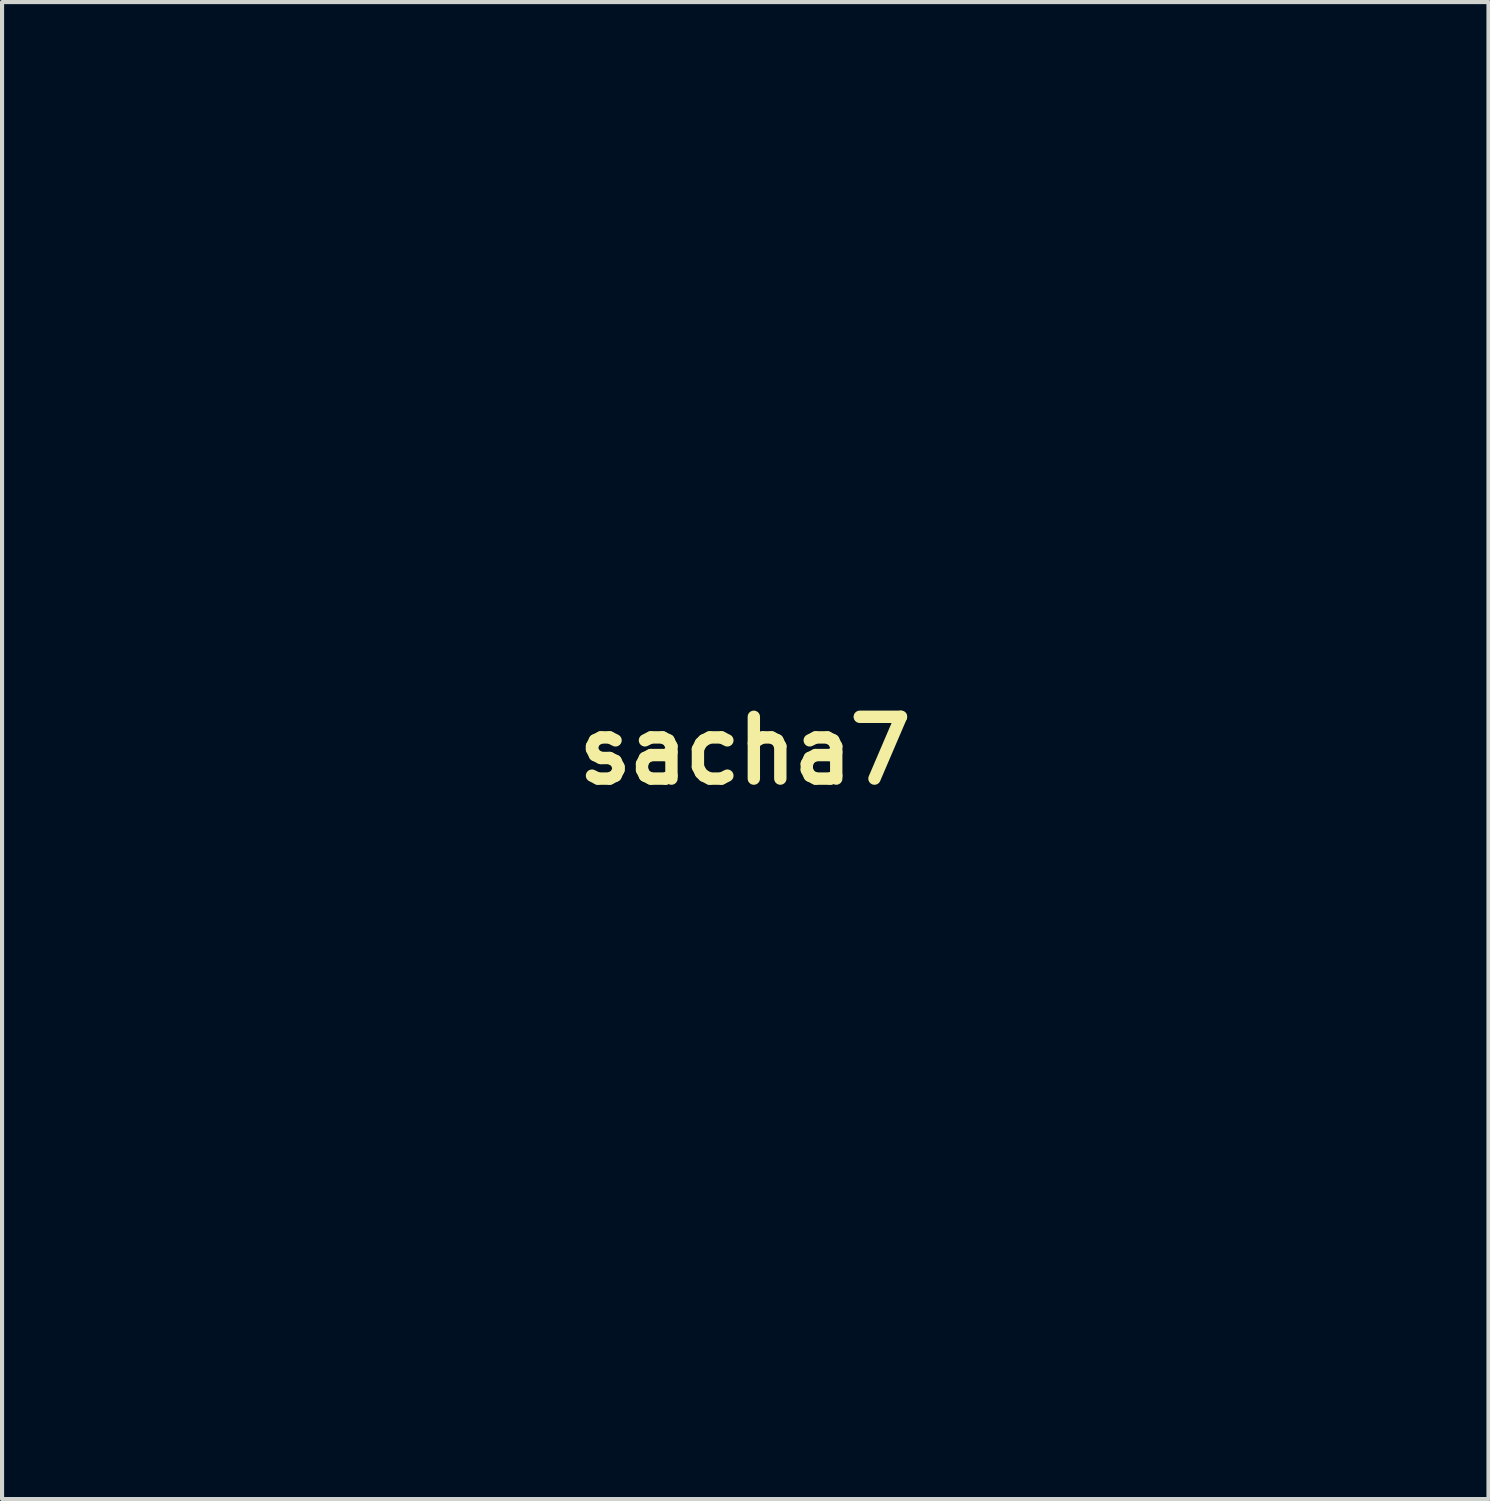
<source format=kicad_pcb>
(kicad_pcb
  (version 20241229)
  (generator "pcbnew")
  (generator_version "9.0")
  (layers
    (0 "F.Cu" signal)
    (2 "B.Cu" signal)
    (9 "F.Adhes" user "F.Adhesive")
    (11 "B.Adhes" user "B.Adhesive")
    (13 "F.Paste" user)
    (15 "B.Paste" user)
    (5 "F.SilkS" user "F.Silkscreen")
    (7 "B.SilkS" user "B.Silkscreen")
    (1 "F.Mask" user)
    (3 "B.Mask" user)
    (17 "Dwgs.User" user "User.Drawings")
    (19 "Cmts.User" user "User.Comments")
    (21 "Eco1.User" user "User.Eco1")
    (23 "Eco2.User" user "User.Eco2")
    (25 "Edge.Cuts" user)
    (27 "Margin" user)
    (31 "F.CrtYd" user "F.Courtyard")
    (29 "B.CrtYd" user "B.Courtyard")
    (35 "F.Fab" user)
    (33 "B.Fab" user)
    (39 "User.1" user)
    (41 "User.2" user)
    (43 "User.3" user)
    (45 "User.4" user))
  (footprint "sacha7"
    (layer "F.Cu")
    (at 15.035 15.172)
    (property "Reference" "sacha7" (at 0 0 0) (layer "F.SilkS") (effects (font (size 1.5 1.5) (thickness 0.3))))
    (attr board_only exclude_from_pos_files exclude_from_bom)
    (fp_poly (pts (xy -14.566 -5.718) (xy -14.626 -5.658) (xy -14.686 -5.718) (xy -14.626 -5.778)) (stroke (width 0) (type solid)) (fill yes) (layer "F.Mask"))
    (fp_poly (pts (xy -13.242 -5.477) (xy -13.302 -5.417) (xy -13.362 -5.477) (xy -13.302 -5.537)) (stroke (width 0) (type solid)) (fill yes) (layer "F.Mask"))
    (fp_poly (pts (xy -13.121 -2.709) (xy -13.182 -2.648) (xy -13.242 -2.709) (xy -13.182 -2.769)) (stroke (width 0) (type solid)) (fill yes) (layer "F.Mask"))
    (fp_poly (pts (xy -9.149 5.357) (xy -9.209 5.417) (xy -9.269 5.357) (xy -9.209 5.297)) (stroke (width 0) (type solid)) (fill yes) (layer "F.Mask"))
    (fp_poly (pts (xy -4.334 4.033) (xy -4.394 4.093) (xy -4.454 4.033) (xy -4.394 3.973)) (stroke (width 0) (type solid)) (fill yes) (layer "F.Mask"))
    (fp_poly (pts (xy -1.926 0.301) (xy -1.986 0.361) (xy -2.046 0.301) (xy -1.986 0.241)) (stroke (width 0) (type solid)) (fill yes) (layer "F.Mask"))
    (fp_poly (pts (xy -1.565 1.384) (xy -1.625 1.445) (xy -1.685 1.384) (xy -1.625 1.324)) (stroke (width 0) (type solid)) (fill yes) (layer "F.Mask"))
    (fp_poly (pts (xy -0.602 2.107) (xy -0.662 2.167) (xy -0.722 2.107) (xy -0.662 2.046)) (stroke (width 0) (type solid)) (fill yes) (layer "F.Mask"))
    (fp_poly (pts (xy 0.241 1.505) (xy 0.181 1.565) (xy 0.12 1.505) (xy 0.181 1.445)) (stroke (width 0) (type solid)) (fill yes) (layer "F.Mask"))
    (fp_poly (pts (xy 3.371 1.745) (xy 3.31 1.806) (xy 3.25 1.745) (xy 3.31 1.685)) (stroke (width 0) (type solid)) (fill yes) (layer "F.Mask"))
    (fp_poly (pts (xy 3.973 3.431) (xy 3.912 3.491) (xy 3.852 3.431) (xy 3.912 3.371)) (stroke (width 0) (type solid)) (fill yes) (layer "F.Mask"))
    (fp_poly (pts (xy 4.334 3.431) (xy 4.273 3.491) (xy 4.213 3.431) (xy 4.273 3.371)) (stroke (width 0) (type solid)) (fill yes) (layer "F.Mask"))
    (fp_poly (pts (xy 6.741 3.19) (xy 6.681 3.25) (xy 6.621 3.19) (xy 6.681 3.13)) (stroke (width 0) (type solid)) (fill yes) (layer "F.Mask"))
    (fp_poly (pts (xy 8.547 2.227) (xy 8.487 2.287) (xy 8.427 2.227) (xy 8.487 2.167)) (stroke (width 0) (type solid)) (fill yes) (layer "F.Mask"))
    (fp_poly (pts (xy 8.667 1.144) (xy 8.607 1.204) (xy 8.547 1.144) (xy 8.607 1.083)) (stroke (width 0) (type solid)) (fill yes) (layer "F.Mask"))
    (fp_poly (pts (xy 9.149 1.264) (xy 9.089 1.324) (xy 9.028 1.264) (xy 9.089 1.204)) (stroke (width 0) (type solid)) (fill yes) (layer "F.Mask"))
    (fp_poly (pts (xy 11.316 0.301) (xy 11.255 0.361) (xy 11.195 0.301) (xy 11.255 0.241)) (stroke (width 0) (type solid)) (fill yes) (layer "F.Mask"))
    (fp_poly (pts (xy -14.606 -8.025) (xy -14.592 -7.882) (xy -14.606 -7.865) (xy -14.678 -7.881) (xy -14.686 -7.945) (xy -14.642 -8.044)) (stroke (width 0) (type solid)) (fill yes) (layer "F.Mask"))
    (fp_poly (pts (xy -11.235 -13.322) (xy -11.221 -13.179) (xy -11.235 -13.161) (xy -11.307 -13.178) (xy -11.316 -13.242) (xy -11.272 -13.341)) (stroke (width 0) (type solid)) (fill yes) (layer "F.Mask"))
    (fp_poly (pts (xy -11.115 2.327) (xy -11.101 2.47) (xy -11.115 2.488) (xy -11.187 2.471) (xy -11.195 2.408) (xy -11.151 2.308)) (stroke (width 0) (type solid)) (fill yes) (layer "F.Mask"))
    (fp_poly (pts (xy -10.754 -13.803) (xy -10.739 -13.661) (xy -10.754 -13.643) (xy -10.825 -13.659) (xy -10.834 -13.723) (xy -10.79 -13.822)) (stroke (width 0) (type solid)) (fill yes) (layer "F.Mask"))
    (fp_poly (pts (xy -10.754 3.652) (xy -10.739 3.794) (xy -10.754 3.812) (xy -10.825 3.795) (xy -10.834 3.732) (xy -10.79 3.633)) (stroke (width 0) (type solid)) (fill yes) (layer "F.Mask"))
    (fp_poly (pts (xy -10.511 -13.987) (xy -10.497 -13.798) (xy -10.521 -13.756) (xy -10.575 -13.792) (xy -10.584 -13.914) (xy -10.554 -14.042)) (stroke (width 0) (type solid)) (fill yes) (layer "F.Mask"))
    (fp_poly (pts (xy -10.27 -14.107) (xy -10.256 -13.919) (xy -10.28 -13.876) (xy -10.335 -13.912) (xy -10.343 -14.034) (xy -10.314 -14.163)) (stroke (width 0) (type solid)) (fill yes) (layer "F.Mask"))
    (fp_poly (pts (xy -1.966 1.003) (xy -1.983 1.075) (xy -2.046 1.083) (xy -2.146 1.039) (xy -2.127 1.003) (xy -1.984 0.989)) (stroke (width 0) (type solid)) (fill yes) (layer "F.Mask"))
    (fp_poly (pts (xy -0.52 1.663) (xy -0.505 1.851) (xy -0.529 1.893) (xy -0.584 1.858) (xy -0.592 1.735) (xy -0.563 1.607)) (stroke (width 0) (type solid)) (fill yes) (layer "F.Mask"))
    (fp_poly (pts (xy 1.284 -4.173) (xy 1.298 -4.03) (xy 1.284 -4.013) (xy 1.212 -4.029) (xy 1.204 -4.093) (xy 1.248 -4.192)) (stroke (width 0) (type solid)) (fill yes) (layer "F.Mask"))
    (fp_poly (pts (xy 1.284 6.541) (xy 1.268 6.612) (xy 1.204 6.621) (xy 1.105 6.577) (xy 1.124 6.541) (xy 1.266 6.526)) (stroke (width 0) (type solid)) (fill yes) (layer "F.Mask"))
    (fp_poly (pts (xy 6.34 -4.775) (xy 6.323 -4.703) (xy 6.26 -4.695) (xy 6.161 -4.739) (xy 6.179 -4.775) (xy 6.322 -4.789)) (stroke (width 0) (type solid)) (fill yes) (layer "F.Mask"))
    (fp_poly (pts (xy 9.901 -4.413) (xy 9.916 -4.369) (xy 9.751 -4.353) (xy 9.58 -4.372) (xy 9.6 -4.413) (xy 9.847 -4.429)) (stroke (width 0) (type solid)) (fill yes) (layer "F.Mask"))
    (fp_poly (pts (xy 10.072 -3.692) (xy 10.055 -3.62) (xy 9.991 -3.611) (xy 9.892 -3.655) (xy 9.911 -3.692) (xy 10.054 -3.706)) (stroke (width 0) (type solid)) (fill yes) (layer "F.Mask"))
    (fp_poly (pts (xy -14.02 -6.95) (xy -13.895 -6.834) (xy -13.757 -6.653) (xy -13.751 -6.553) (xy -13.851 -6.59) (xy -13.968 -6.761) (xy -14.06 -6.952)) (stroke (width 0) (type solid)) (fill yes) (layer "F.Mask"))
    (fp_poly (pts (xy -12.677 -10.891) (xy -12.745 -10.802) (xy -12.846 -10.726) (xy -12.821 -10.847) (xy -12.813 -10.869) (xy -12.717 -11.017) (xy -12.663 -11.018)) (stroke (width 0) (type solid)) (fill yes) (layer "F.Mask"))
    (fp_poly (pts (xy -4.149 0.875) (xy -4.024 0.99) (xy -3.885 1.172) (xy -3.88 1.271) (xy -3.98 1.235) (xy -4.097 1.064) (xy -4.189 0.872)) (stroke (width 0) (type solid)) (fill yes) (layer "F.Mask"))
    (fp_poly (pts (xy 6.361 3.179) (xy 6.491 3.3) (xy 6.464 3.369) (xy 6.447 3.371) (xy 6.346 3.285) (xy 6.308 3.232) (xy 6.294 3.149)) (stroke (width 0) (type solid)) (fill yes) (layer "F.Mask"))
    (fp_poly (pts (xy -14.808 -7.25) (xy -14.807 -7.223) (xy -14.899 -7.107) (xy -14.934 -7.102) (xy -15.006 -7.176) (xy -14.987 -7.223) (xy -14.879 -7.338) (xy -14.86 -7.343)) (stroke (width 0) (type solid)) (fill yes) (layer "F.Mask"))
    (fp_poly (pts (xy -14.262 -6.222) (xy -14.175 -6.155) (xy -14.008 -6.006) (xy -13.964 -5.944) (xy -14.023 -5.908) (xy -14.183 -6.063) (xy -14.22 -6.109) (xy -14.324 -6.252)) (stroke (width 0) (type solid)) (fill yes) (layer "F.Mask"))
    (fp_poly (pts (xy -13.487 -8.821) (xy -13.482 -8.788) (xy -13.524 -8.67) (xy -13.536 -8.667) (xy -13.638 -8.752) (xy -13.663 -8.788) (xy -13.653 -8.899) (xy -13.61 -8.908)) (stroke (width 0) (type solid)) (fill yes) (layer "F.Mask"))
    (fp_poly (pts (xy -13.004 -10.007) (xy -13.056 -9.879) (xy -13.234 -9.765) (xy -13.332 -9.751) (xy -13.448 -9.773) (xy -13.37 -9.865) (xy -13.295 -9.921) (xy -13.08 -10.042)) (stroke (width 0) (type solid)) (fill yes) (layer "F.Mask"))
    (fp_poly (pts (xy -11.726 -11.957) (xy -11.613 -11.843) (xy -11.624 -11.785) (xy -11.77 -11.692) (xy -11.951 -11.689) (xy -12.038 -11.777) (xy -11.95 -11.955) (xy -11.731 -11.959)) (stroke (width 0) (type solid)) (fill yes) (layer "F.Mask"))
    (fp_poly (pts (xy -11.453 -12.552) (xy -11.436 -12.466) (xy -11.499 -12.302) (xy -11.556 -12.279) (xy -11.673 -12.365) (xy -11.677 -12.392) (xy -11.589 -12.555) (xy -11.556 -12.58)) (stroke (width 0) (type solid)) (fill yes) (layer "F.Mask"))
    (fp_poly (pts (xy -10.715 5.992) (xy -10.714 6.019) (xy -10.806 6.135) (xy -10.841 6.139) (xy -10.913 6.066) (xy -10.894 6.019) (xy -10.786 5.904) (xy -10.767 5.899)) (stroke (width 0) (type solid)) (fill yes) (layer "F.Mask"))
    (fp_poly (pts (xy -10.283 4.27) (xy -10.292 4.334) (xy -10.395 4.448) (xy -10.413 4.454) (xy -10.509 4.37) (xy -10.533 4.334) (xy -10.505 4.232) (xy -10.413 4.213)) (stroke (width 0) (type solid)) (fill yes) (layer "F.Mask"))
    (fp_poly (pts (xy -9.817 4.895) (xy -9.751 4.936) (xy -9.656 5.023) (xy -9.776 5.053) (xy -9.841 5.054) (xy -10.052 5.01) (xy -10.112 4.936) (xy -10.036 4.824)) (stroke (width 0) (type solid)) (fill yes) (layer "F.Mask"))
    (fp_poly (pts (xy -0.038 2.726) (xy -0.06 2.769) (xy -0.174 2.884) (xy -0.195 2.889) (xy -0.203 2.811) (xy -0.181 2.769) (xy -0.067 2.654) (xy -0.046 2.648)) (stroke (width 0) (type solid)) (fill yes) (layer "F.Mask"))
    (fp_poly (pts (xy 4.785 4.01) (xy 4.823 4.045) (xy 4.656 4.064) (xy 4.574 4.065) (xy 4.355 4.052) (xy 4.33 4.021) (xy 4.364 4.01) (xy 4.669 3.991)) (stroke (width 0) (type solid)) (fill yes) (layer "F.Mask"))
    (fp_poly (pts (xy -3.579 -5.995) (xy -3.526 -5.763) (xy -3.515 -5.492) (xy -3.555 -5.446) (xy -3.672 -5.607) (xy -3.703 -5.656) (xy -3.829 -5.882) (xy -3.819 -5.99) (xy -3.702 -6.051)) (stroke (width 0) (type solid)) (fill yes) (layer "F.Mask"))
    (fp_poly (pts (xy 10.733 -4.341) (xy 10.882 -4.27) (xy 10.841 -4.236) (xy 10.588 -4.225) (xy 10.533 -4.225) (xy 10.247 -4.235) (xy 10.178 -4.278) (xy 10.252 -4.337) (xy 10.56 -4.388)) (stroke (width 0) (type solid)) (fill yes) (layer "F.Mask"))
    (fp_poly (pts (xy -0.181 0.754) (xy -0.188 0.782) (xy -0.285 1.079) (xy -0.392 1.264) (xy -0.461 1.269) (xy -0.435 1.052) (xy -0.428 1.023) (xy -0.331 0.726) (xy -0.224 0.542) (xy -0.155 0.537)) (stroke (width 0) (type solid)) (fill yes) (layer "F.Mask"))
    (fp_poly (pts (xy -13.432 -9.526) (xy -13.463 -9.379) (xy -13.613 -9.2) (xy -13.795 -8.916) (xy -13.788 -8.703) (xy -13.758 -8.473) (xy -13.818 -8.452) (xy -13.942 -8.636) (xy -13.984 -8.723) (xy -14.053 -8.997) (xy -13.957 -9.262) (xy -13.918 -9.324) (xy -13.693 -9.582) (xy -13.51 -9.608)) (stroke (width 0) (type solid)) (fill yes) (layer "F.Mask"))
    (fp_poly (pts (xy 8.246 -4.258) (xy 8.547 -4.222) (xy 8.848 -4.203) (xy 9.088 -4.189) (xy 9.101 -4.16) (xy 8.908 -4.093) (xy 8.603 -4.018) (xy 8.332 -3.986) (xy 8.157 -3.998) (xy 8.138 -4.056) (xy 8.173 -4.083) (xy 8.281 -4.18) (xy 8.173 -4.244) (xy 8.131 -4.271)) (stroke (width 0) (type solid)) (fill yes) (layer "F.Mask"))
    (fp_poly (pts (xy -6.26 2.364) (xy -6.19 2.423) (xy -6.03 2.51) (xy -5.884 2.528) (xy -5.722 2.575) (xy -5.718 2.648) (xy -5.874 2.687) (xy -6.146 2.585) (xy -6.408 2.478) (xy -6.516 2.526) (xy -6.519 2.667) (xy -6.604 2.772) (xy -6.691 2.816) (xy -6.812 2.822) (xy -6.801 2.767) (xy -6.831 2.668) (xy -6.929 2.648) (xy -7.062 2.612) (xy -6.994 2.483) (xy -6.787 2.362) (xy -6.502 2.319)) (stroke (width 0) (type solid)) (fill yes) (layer "F.Mask"))
    (fp_poly (pts (xy -3.144 -5.34) (xy -3.13 -5.284) (xy -3.085 -5.194) (xy -3.054 -5.212) (xy -2.937 -5.182) (xy -2.756 -5.006) (xy -2.737 -4.983) (xy -2.585 -4.732) (xy -2.611 -4.566) (xy -2.633 -4.542) (xy -2.747 -4.469) (xy -2.769 -4.547) (xy -2.854 -4.642) (xy -2.919 -4.632) (xy -3.141 -4.644) (xy -3.25 -4.696) (xy -3.37 -4.81) (xy -3.275 -4.919) (xy -3.25 -4.936) (xy -3.135 -5.054) (xy -3.233 -5.161) (xy -3.325 -5.282) (xy -3.263 -5.349)) (stroke (width 0) (type solid)) (fill yes) (layer "F.Mask"))
    (fp_poly (pts (xy -6.922 -14.982) (xy -7.379 -14.855) (xy -7.699 -14.802) (xy -7.967 -14.812) (xy -8.126 -14.841) (xy -8.348 -14.845) (xy -8.427 -14.802) (xy -8.58 -14.717) (xy -8.788 -14.669) (xy -9.044 -14.601) (xy -9.16 -14.53) (xy -9.325 -14.444) (xy -9.491 -14.414) (xy -9.697 -14.358) (xy -9.751 -14.292) (xy -9.825 -14.242) (xy -9.861 -14.259) (xy -9.995 -14.233) (xy -10.032 -14.175) (xy -10.086 -14.121) (xy -10.102 -14.219) (xy -9.994 -14.39) (xy -9.661 -14.604) (xy -9.359 -14.749) (xy -8.919 -14.924) (xy -8.497 -15.034) (xy -8.003 -15.095) (xy -7.464 -15.123) (xy -6.32 -15.162)) (stroke (width 0) (type solid)) (fill yes) (layer "F.Mask"))
    (fp_poly (pts (xy -10.535 0.07) (xy -10.327 0.148) (xy -10.323 0.259) (xy -10.379 0.337) (xy -10.467 0.471) (xy -10.367 0.463) (xy -10.308 0.442) (xy -10.145 0.417) (xy -10.136 0.56) (xy -10.146 0.6) (xy -10.157 0.76) (xy -10.036 0.829) (xy -9.76 0.843) (xy -9.447 0.861) (xy -9.251 0.906) (xy -9.235 0.917) (xy -9.249 1.041) (xy -9.375 1.208) (xy -9.532 1.317) (xy -9.57 1.324) (xy -9.708 1.399) (xy -9.828 1.505) (xy -10.042 1.646) (xy -10.247 1.681) (xy -10.351 1.598) (xy -10.353 1.579) (xy -10.453 1.467) (xy -10.593 1.41) (xy -10.789 1.278) (xy -10.794 1.264) (xy -10.593 1.264) (xy -10.533 1.324) (xy -10.473 1.264) (xy -10.533 1.204) (xy -10.593 1.264) (xy -10.794 1.264) (xy -10.834 1.155) (xy -10.896 0.988) (xy -10.955 0.963) (xy -11.035 0.861) (xy -11.07 0.621) (xy -11.061 0.342) (xy -11.006 0.122) (xy -10.96 0.064) (xy -10.766 0.037)) (stroke (width 0) (type solid)) (fill yes) (layer "F.Mask"))
    (fp_poly (pts (xy -3.349 -15.166) (xy -2.621 -15.152) (xy -1.887 -15.129) (xy -1.188 -15.099) (xy -0.561 -15.062) (xy -0.046 -15.02) (xy 0.317 -14.974) (xy 0.482 -14.931) (xy 0.817 -14.787) (xy 1.202 -14.673) (xy 1.204 -14.672) (xy 1.648 -14.566) (xy 2.259 -14.406) (xy 2.975 -14.209) (xy 3.645 -14.017) (xy 4.105 -13.84) (xy 4.585 -13.591) (xy 4.75 -13.486) (xy 5.057 -13.282) (xy 5.276 -13.15) (xy 5.342 -13.121) (xy 5.442 -13.04) (xy 5.685 -12.816) (xy 6.041 -12.474) (xy 6.482 -12.042) (xy 6.945 -11.583) (xy 7.511 -11.031) (xy 8.088 -10.488) (xy 8.628 -10) (xy 9.081 -9.61) (xy 9.315 -9.424) (xy 10.139 -8.7) (xy 10.756 -7.906) (xy 11.198 -7.001) (xy 11.216 -6.953) (xy 11.527 -6.32) (xy 12.022 -5.654) (xy 12.209 -5.443) (xy 12.583 -5.018) (xy 12.931 -4.6) (xy 13.191 -4.261) (xy 13.244 -4.184) (xy 13.443 -3.912) (xy 13.596 -3.751) (xy 13.634 -3.733) (xy 13.744 -3.639) (xy 13.937 -3.398) (xy 14.146 -3.1) (xy 14.416 -2.704) (xy 14.673 -2.344) (xy 14.816 -2.155) (xy 14.949 -1.92) (xy 15.022 -1.663) (xy 15.032 -1.445) (xy 14.978 -1.326) (xy 14.859 -1.369) (xy 14.837 -1.392) (xy 14.708 -1.586) (xy 14.686 -1.665) (xy 14.603 -1.825) (xy 14.493 -1.937) (xy 14.401 -2.023) (xy 14.28 -2.164) (xy 14.108 -2.384) (xy 13.866 -2.712) (xy 13.534 -3.174) (xy 13.092 -3.796) (xy 12.9 -4.067) (xy 12.623 -4.425) (xy 12.246 -4.87) (xy 11.838 -5.319) (xy 11.734 -5.428) (xy 11.371 -5.834) (xy 11.083 -6.212) (xy 10.914 -6.504) (xy 10.891 -6.572) (xy 10.606 -7.342) (xy 10.101 -8.103) (xy 9.397 -8.829) (xy 8.682 -9.382) (xy 8.319 -9.655) (xy 7.922 -9.993) (xy 7.534 -10.355) (xy 7.198 -10.698) (xy 6.96 -10.977) (xy 6.862 -11.152) (xy 6.862 -11.159) (xy 6.766 -11.275) (xy 6.526 -11.439) (xy 6.44 -11.488) (xy 6.173 -11.652) (xy 6.028 -11.783) (xy 6.019 -11.807) (xy 5.935 -11.958) (xy 5.723 -12.197) (xy 5.447 -12.467) (xy 5.17 -12.707) (xy 4.954 -12.857) (xy 4.885 -12.881) (xy 4.676 -12.965) (xy 4.583 -13.051) (xy 4.329 -13.251) (xy 3.935 -13.456) (xy 3.497 -13.625) (xy 3.112 -13.717) (xy 3.018 -13.723) (xy 2.739 -13.76) (xy 2.588 -13.844) (xy 2.428 -13.926) (xy 2.137 -13.964) (xy 2.11 -13.964) (xy 1.825 -13.997) (xy 1.669 -14.077) (xy 1.664 -14.087) (xy 1.532 -14.174) (xy 1.236 -14.263) (xy 0.997 -14.309) (xy 0.61 -14.389) (xy 0.311 -14.484) (xy 0.215 -14.536) (xy 0.032 -14.602) (xy -0.328 -14.669) (xy -0.803 -14.729) (xy -1.053 -14.751) (xy -1.537 -14.798) (xy -1.915 -14.852) (xy -2.134 -14.904) (xy -2.167 -14.929) (xy -2.278 -14.963) (xy -2.579 -14.983) (xy -3.017 -14.985) (xy -3.341 -14.977) (xy -3.943 -14.955) (xy -4.356 -14.94) (xy -4.63 -14.933) (xy -4.816 -14.932) (xy -4.964 -14.936) (xy -5.125 -14.944) (xy -5.176 -14.947) (xy -5.43 -14.994) (xy -5.537 -15.08) (xy -5.537 -15.081) (xy -5.424 -15.123) (xy -5.109 -15.151) (xy -4.632 -15.167) (xy -4.032 -15.172)) (stroke (width 0) (type solid)) (fill yes) (layer "F.Mask"))
    (fp_poly (pts (xy -14.217 -6.659) (xy -13.903 -6.481) (xy -13.757 -6.169) (xy -13.698 -5.905) (xy -13.69 -5.868) (xy -13.598 -5.634) (xy -13.548 -5.545) (xy -13.517 -5.371) (xy -13.587 -5.322) (xy -13.624 -5.203) (xy -13.475 -4.93) (xy -13.405 -4.833) (xy -13.231 -4.591) (xy -13.205 -4.52) (xy -13.32 -4.606) (xy -13.34 -4.623) (xy -13.545 -4.758) (xy -13.625 -4.691) (xy -13.612 -4.53) (xy -13.685 -4.476) (xy -13.789 -4.5) (xy -13.933 -4.512) (xy -13.933 -4.417) (xy -13.816 -4.276) (xy -13.633 -4.158) (xy -13.451 -4.023) (xy -13.329 -3.846) (xy -13.294 -3.697) (xy -13.374 -3.643) (xy -13.431 -3.658) (xy -13.579 -3.65) (xy -13.585 -3.531) (xy -13.49 -3.436) (xy -13.396 -3.269) (xy -13.385 -3.158) (xy -13.357 -2.693) (xy -13.257 -2.114) (xy -13.109 -1.525) (xy -12.979 -1.144) (xy -12.691 -0.457) (xy -12.387 0.208) (xy -12.094 0.792) (xy -11.842 1.238) (xy -11.743 1.384) (xy -11.498 1.73) (xy -11.381 1.934) (xy -11.371 2.045) (xy -11.424 2.099) (xy -11.566 2.063) (xy -11.763 1.881) (xy -11.788 1.851) (xy -11.959 1.605) (xy -12.037 1.436) (xy -12.038 1.428) (xy -12.112 1.271) (xy -12.279 1.087) (xy -12.459 0.95) (xy -12.569 0.932) (xy -12.705 0.923) (xy -12.905 0.754) (xy -12.976 0.662) (xy -12.64 0.662) (xy -12.58 0.722) (xy -12.519 0.662) (xy -12.58 0.602) (xy -12.64 0.662) (xy -12.976 0.662) (xy -13.12 0.479) (xy -13.219 0.301) (xy -12.881 0.301) (xy -12.82 0.361) (xy -12.76 0.301) (xy -12.82 0.241) (xy -12.881 0.301) (xy -13.219 0.301) (xy -13.302 0.152) (xy -13.328 0.091) (xy -13.46 -0.177) (xy -13.575 -0.303) (xy -13.602 -0.302) (xy -13.699 -0.354) (xy -13.767 -0.513) (xy -13.78 -0.736) (xy -13.724 -0.821) (xy -13.685 -0.927) (xy -13.768 -1.105) (xy -13.916 -1.266) (xy -14.053 -1.324) (xy -14.199 -1.425) (xy -14.221 -1.693) (xy -14.217 -1.722) (xy -14.279 -1.875) (xy -14.383 -2.001) (xy -14.459 -2.107) (xy -14.325 -2.107) (xy -14.265 -2.046) (xy -14.205 -2.107) (xy -14.265 -2.167) (xy -14.325 -2.107) (xy -14.459 -2.107) (xy -14.544 -2.226) (xy -14.531 -2.375) (xy -14.425 -2.408) (xy -14.394 -2.481) (xy -14.512 -2.661) (xy -14.527 -2.678) (xy -14.739 -2.937) (xy -14.872 -3.13) (xy -14.924 -3.246) (xy -14.834 -3.196) (xy -14.77 -3.145) (xy -14.608 -3.052) (xy -14.582 -3.123) (xy -14.687 -3.326) (xy -14.807 -3.491) (xy -14.975 -3.803) (xy -15.035 -4.093) (xy -15.028 -4.394) (xy -14.911 -4.073) (xy -14.761 -3.811) (xy -14.604 -3.68) (xy -14.488 -3.653) (xy -14.51 -3.745) (xy -14.614 -3.91) (xy -14.729 -4.134) (xy -14.68 -4.212) (xy -14.662 -4.213) (xy -14.636 -4.269) (xy -14.783 -4.403) (xy -14.786 -4.405) (xy -14.967 -4.584) (xy -14.958 -4.635) (xy -14.927 -4.635) (xy -14.867 -4.574) (xy -14.807 -4.635) (xy -14.867 -4.695) (xy -14.927 -4.635) (xy -14.958 -4.635) (xy -14.938 -4.741) (xy -14.934 -4.747) (xy -14.868 -4.921) (xy -14.894 -4.983) (xy -14.878 -5.019) (xy -14.773 -4.989) (xy -14.602 -4.987) (xy -14.576 -5.096) (xy -14.716 -5.217) (xy -14.767 -5.316) (xy -14.705 -5.377) (xy -14.526 -5.377) (xy -14.509 -5.305) (xy -14.445 -5.297) (xy -14.346 -5.341) (xy -14.365 -5.377) (xy -14.508 -5.391) (xy -14.526 -5.377) (xy -14.705 -5.377) (xy -14.617 -5.463) (xy -14.385 -5.588) (xy -14.388 -5.687) (xy -14.547 -5.861) (xy -14.596 -5.901) (xy -14.819 -6.112) (xy -14.924 -6.285) (xy -14.925 -6.3) (xy -14.891 -6.373) (xy -14.835 -6.308) (xy -14.623 -6.123) (xy -14.288 -5.945) (xy -13.945 -5.835) (xy -13.811 -5.826) (xy -13.793 -5.893) (xy -13.908 -6.066) (xy -14.169 -6.378) (xy -14.243 -6.463) (xy -14.395 -6.647) (xy -14.383 -6.695)) (stroke (width 0) (type solid)) (fill yes) (layer "F.Mask"))
    (fp_poly (pts (xy -3.622 1.454) (xy -3.373 1.667) (xy -3.104 1.999) (xy -2.859 2.402) (xy -2.762 2.605) (xy -2.556 3.013) (xy -2.384 3.189) (xy -2.239 3.141) (xy -2.204 3.091) (xy -2.18 3.07) (xy -1.926 3.07) (xy -1.866 3.13) (xy -1.806 3.07) (xy -1.866 3.009) (xy -1.926 3.07) (xy -2.18 3.07) (xy -2.051 2.954) (xy -1.83 2.861) (xy -1.637 2.839) (xy -1.565 2.903) (xy -1.467 2.963) (xy -1.236 2.953) (xy -0.966 2.884) (xy -0.815 2.814) (xy -0.723 2.776) (xy -0.796 2.887) (xy -0.812 2.907) (xy -0.908 3.102) (xy -0.834 3.177) (xy -0.64 3.107) (xy -0.551 3.041) (xy -0.429 2.948) (xy -0.469 3.017) (xy -0.593 3.161) (xy -0.824 3.404) (xy -0.939 3.486) (xy -0.921 3.397) (xy -0.891 3.341) (xy -0.867 3.258) (xy -0.914 3.29) (xy -1.022 3.442) (xy -1.029 3.471) (xy -1.072 3.719) (xy -1.168 4.123) (xy -1.298 4.608) (xy -1.443 5.102) (xy -1.581 5.531) (xy -1.597 5.578) (xy -1.825 6.1) (xy -2.1 6.426) (xy -2.48 6.595) (xy -3.021 6.649) (xy -3.143 6.649) (xy -3.54 6.635) (xy -3.832 6.605) (xy -3.941 6.572) (xy -4.073 6.587) (xy -4.262 6.711) (xy -4.43 6.85) (xy -4.437 6.831) (xy -4.347 6.711) (xy -4.246 6.55) (xy -4.317 6.502) (xy -4.364 6.5) (xy -4.476 6.561) (xy -4.522 6.775) (xy -4.52 7.065) (xy -4.482 7.407) (xy -4.412 7.63) (xy -4.372 7.671) (xy -4.207 7.656) (xy -3.876 7.578) (xy -3.442 7.454) (xy -3.298 7.409) (xy -2.794 7.266) (xy -2.323 7.162) (xy -1.973 7.117) (xy -1.926 7.116) (xy -1.505 7.127) (xy -1.866 7.22) (xy -2.189 7.323) (xy -2.607 7.483) (xy -2.828 7.577) (xy -3.319 7.768) (xy -3.868 7.947) (xy -4.092 8.009) (xy -4.621 8.149) (xy -5.193 8.307) (xy -5.417 8.372) (xy -5.945 8.52) (xy -6.517 8.672) (xy -6.741 8.729) (xy -7.14 8.839) (xy -7.683 9.004) (xy -8.285 9.198) (xy -8.667 9.327) (xy -9.373 9.569) (xy -9.904 9.744) (xy -10.313 9.862) (xy -10.653 9.935) (xy -10.976 9.974) (xy -11.336 9.989) (xy -11.785 9.991) (xy -11.866 9.991) (xy -12.469 9.981) (xy -12.89 9.947) (xy -13.19 9.878) (xy -13.426 9.768) (xy -13.437 9.762) (xy -13.784 9.419) (xy -14.006 8.936) (xy -14.086 8.384) (xy -14.008 7.836) (xy -13.912 7.599) (xy -13.737 7.363) (xy -13.478 7.118) (xy -13.192 6.904) (xy -12.935 6.762) (xy -12.765 6.732) (xy -12.732 6.765) (xy -12.632 6.776) (xy -12.432 6.633) (xy -12.347 6.551) (xy -12.159 6.369) (xy -12.08 6.322) (xy -12.09 6.35) (xy -12.112 6.48) (xy -11.981 6.465) (xy -11.936 6.437) (xy -5.005 6.437) (xy -4.996 6.5) (xy -4.893 6.615) (xy -4.875 6.621) (xy -4.78 6.537) (xy -4.755 6.5) (xy -4.784 6.398) (xy -4.875 6.38) (xy -5.005 6.437) (xy -11.936 6.437) (xy -11.752 6.322) (xy -11.435 6.208) (xy -11.194 6.218) (xy -10.84 6.217) (xy -10.745 6.2) (xy -5.297 6.2) (xy -5.236 6.26) (xy -5.176 6.2) (xy -5.236 6.139) (xy -5.297 6.2) (xy -10.745 6.2) (xy -10.333 6.123) (xy -9.736 5.951) (xy -9.11 5.718) (xy -8.848 5.603) (xy -8.452 5.451) (xy -8.023 5.361) (xy -7.478 5.317) (xy -7.166 5.308) (xy -6.409 5.311) (xy -5.872 5.351) (xy -5.56 5.426) (xy -5.48 5.536) (xy -5.491 5.56) (xy -5.468 5.63) (xy -5.297 5.598) (xy -5.107 5.567) (xy -5.108 5.645) (xy -5.069 5.741) (xy -4.801 5.778) (xy -4.76 5.778) (xy -4.435 5.738) (xy -4.25 5.586) (xy -4.191 5.477) (xy -4.068 5.257) (xy -3.983 5.176) (xy -3.938 5.069) (xy -3.924 4.791) (xy -3.939 4.411) (xy -3.98 3.997) (xy -4.042 3.617) (xy -4.059 3.546) (xy -4.115 3.107) (xy -4.07 2.771) (xy -4.01 2.492) (xy -4.023 2.329) (xy -4.017 2.15) (xy -3.982 2.112) (xy -3.871 1.956) (xy -3.818 1.807) (xy -3.809 1.643) (xy -3.863 1.632) (xy -3.966 1.619) (xy -3.973 1.585) (xy -3.877 1.444) (xy -3.81 1.408)) (stroke (width 0) (type solid)) (fill yes) (layer "F.Mask"))
    (fp_poly (pts (xy 15.018 -0.946) (xy 15.042 -0.713) (xy 15.047 -0.335) (xy 15.035 0.04) (xy 14.986 0.368) (xy 14.88 0.714) (xy 14.698 1.146) (xy 14.452 1.66) (xy 14.162 2.232) (xy 13.928 2.63) (xy 13.715 2.905) (xy 13.488 3.105) (xy 13.361 3.191) (xy 13.019 3.438) (xy 12.514 3.85) (xy 11.853 4.42) (xy 11.042 5.144) (xy 10.088 6.015) (xy 9.885 6.202) (xy 9.571 6.523) (xy 9.164 6.985) (xy 8.712 7.53) (xy 8.262 8.104) (xy 8.155 8.246) (xy 7.657 8.904) (xy 7.263 9.401) (xy 6.936 9.77) (xy 6.64 10.047) (xy 6.339 10.265) (xy 5.998 10.458) (xy 5.658 10.625) (xy 5.2 10.879) (xy 4.615 11.257) (xy 3.955 11.723) (xy 3.271 12.237) (xy 2.613 12.762) (xy 2.033 13.261) (xy 1.783 13.493) (xy 1.375 13.866) (xy 0.89 14.284) (xy 0.494 14.606) (xy -0.22 15.168) (xy -1.918 15.168) (xy -3.615 15.168) (xy -3.853 14.777) (xy -4.05 14.242) (xy -4.092 13.763) (xy -4.001 13.16) (xy -3.735 12.704) (xy -3.311 12.417) (xy -3.06 12.345) (xy -2.358 12.113) (xy -1.698 11.714) (xy -1.38 11.431) (xy -1.166 11.186) (xy -1.105 11.018) (xy -1.173 10.842) (xy -1.199 10.8) (xy -1.508 10.254) (xy -1.659 9.804) (xy -1.66 9.511) (xy -1.415 9.511) (xy -1.41 9.868) (xy -1.319 10.135) (xy -1.098 10.421) (xy -1.022 10.503) (xy -0.757 10.761) (xy -0.546 10.924) (xy -0.473 10.955) (xy -0.397 11.024) (xy -0.411 11.058) (xy -0.371 11.196) (xy -0.193 11.404) (xy 0.06 11.624) (xy 0.323 11.795) (xy 0.436 11.843) (xy 0.786 12.042) (xy 1.12 12.37) (xy 1.354 12.736) (xy 1.404 12.888) (xy 1.494 13.126) (xy 1.61 13.154) (xy 1.774 13.048) (xy 2.073 12.851) (xy 2.438 12.61) (xy 2.782 12.378) (xy 3.029 12.204) (xy 3.13 12.123) (xy 3.13 12.122) (xy 3.019 12.108) (xy 2.727 12.098) (xy 2.313 12.092) (xy 2.241 12.092) (xy 1.749 12.08) (xy 1.408 12.029) (xy 1.129 11.918) (xy 0.843 11.738) (xy 0.496 11.506) (xy 0.191 11.318) (xy 0.086 11.26) (xy -0.115 11.082) (xy -0.343 10.774) (xy -0.444 10.6) (xy -0.651 10.239) (xy -0.85 9.94) (xy -0.921 9.851) (xy -1.058 9.548) (xy -1.04 9.264) (xy -1.01 9.008) (xy -1.079 8.924) (xy -1.175 8.931) (xy -1.319 9.029) (xy -1.395 9.288) (xy -1.415 9.511) (xy -1.66 9.511) (xy -1.661 9.374) (xy -1.521 8.884) (xy -1.426 8.652) (xy -1.254 8.302) (xy -1.131 8.172) (xy -1.067 8.208) (xy -0.983 8.304) (xy -0.965 8.204) (xy -0.854 7.888) (xy -0.561 7.562) (xy -0.14 7.278) (xy 0.104 7.168) (xy 0.455 7.008) (xy 0.592 6.888) (xy 0.568 6.838) (xy 0.592 6.787) (xy 0.806 6.752) (xy 1.058 6.743) (xy 1.446 6.758) (xy 1.712 6.837) (xy 1.959 7.026) (xy 2.154 7.223) (xy 2.462 7.593) (xy 2.726 7.986) (xy 2.816 8.156) (xy 3.035 8.549) (xy 3.317 8.945) (xy 3.376 9.015) (xy 3.593 9.265) (xy 3.709 9.441) (xy 3.76 9.634) (xy 3.78 9.937) (xy 3.788 10.112) (xy 3.766 10.522) (xy 3.683 10.923) (xy 3.56 11.246) (xy 3.418 11.422) (xy 3.369 11.436) (xy 3.273 11.537) (xy 3.25 11.677) (xy 3.281 11.873) (xy 3.323 11.918) (xy 3.442 11.843) (xy 3.686 11.646) (xy 4.002 11.369) (xy 4.015 11.358) (xy 4.448 11.012) (xy 4.93 10.694) (xy 5.264 10.518) (xy 5.931 10.115) (xy 6.62 9.497) (xy 7.31 8.685) (xy 7.584 8.307) (xy 7.936 7.849) (xy 8.428 7.283) (xy 9.024 6.641) (xy 9.689 5.958) (xy 10.391 5.266) (xy 11.094 4.599) (xy 11.764 3.99) (xy 12.367 3.474) (xy 12.868 3.083) (xy 13.126 2.91) (xy 13.428 2.689) (xy 13.632 2.466) (xy 13.666 2.398) (xy 13.774 2.209) (xy 13.852 2.167) (xy 13.942 2.066) (xy 13.964 1.92) (xy 14.018 1.657) (xy 14.149 1.321) (xy 14.309 1.013) (xy 14.449 0.843) (xy 14.57 0.661) (xy 14.661 0.357) (xy 14.701 0.038) (xy 14.672 -0.195) (xy 14.649 -0.229) (xy 14.587 -0.341) (xy 14.67 -0.361) (xy 14.77 -0.451) (xy 14.752 -0.585) (xy 14.777 -0.849) (xy 14.864 -0.961) (xy 14.963 -1.015)) (stroke (width 0) (type solid)) (fill yes) (layer "F.Mask"))
    (fp_poly (pts (xy 0.016 -4.375) (xy 0.072 -4.315) (xy 0.086 -4.233) (xy 0.019 -4.262) (xy -0.104 -4.253) (xy -0.12 -4.183) (xy -0.073 -4.008) (xy 0.035 -3.818) (xy 0.152 -3.681) (xy 0.229 -3.665) (xy 0.237 -3.702) (xy 0.321 -3.837) (xy 0.515 -3.826) (xy 0.751 -3.683) (xy 0.849 -3.581) (xy 1.009 -3.413) (xy 1.071 -3.432) (xy 1.079 -3.514) (xy 1.164 -3.668) (xy 1.324 -3.672) (xy 1.518 -3.692) (xy 1.567 -3.769) (xy 1.613 -3.816) (xy 1.683 -3.732) (xy 1.789 -3.63) (xy 1.927 -3.69) (xy 2.06 -3.812) (xy 2.278 -3.985) (xy 2.469 -3.984) (xy 2.575 -3.933) (xy 2.806 -3.779) (xy 2.908 -3.683) (xy 3.049 -3.67) (xy 3.102 -3.692) (xy 3.892 -3.692) (xy 3.909 -3.62) (xy 3.973 -3.611) (xy 4.072 -3.655) (xy 4.053 -3.692) (xy 3.91 -3.706) (xy 3.892 -3.692) (xy 3.102 -3.692) (xy 3.299 -3.774) (xy 3.37 -3.816) (xy 3.661 -3.964) (xy 3.95 -4.001) (xy 4.314 -3.953) (xy 4.754 -3.907) (xy 5.139 -3.974) (xy 5.417 -4.08) (xy 5.823 -4.228) (xy 6.205 -4.325) (xy 6.32 -4.341) (xy 6.777 -4.359) (xy 7.116 -4.337) (xy 7.289 -4.28) (xy 7.295 -4.233) (xy 7.145 -4.176) (xy 6.864 -4.171) (xy 6.837 -4.173) (xy 6.44 -4.213) (xy 6.783 -4.079) (xy 7.147 -4.006) (xy 7.431 -4.083) (xy 7.673 -4.164) (xy 7.8 -4.158) (xy 7.773 -4.098) (xy 7.724 -4.093) (xy 7.614 -4.003) (xy 7.614 -3.945) (xy 7.536 -3.818) (xy 7.354 -3.754) (xy 7.17 -3.696) (xy 7.216 -3.616) (xy 7.402 -3.597) (xy 7.746 -3.638) (xy 8.175 -3.729) (xy 8.191 -3.733) (xy 8.838 -3.86) (xy 9.324 -3.871) (xy 9.413 -3.856) (xy 9.811 -3.768) (xy 9.342 -3.673) (xy 9.05 -3.608) (xy 8.967 -3.553) (xy 9.068 -3.471) (xy 9.162 -3.418) (xy 9.35 -3.303) (xy 9.335 -3.255) (xy 9.209 -3.24) (xy 9.108 -3.211) (xy 9.24 -3.154) (xy 9.329 -3.13) (xy 9.542 -3.066) (xy 9.529 -3.033) (xy 9.427 -3.024) (xy 9.184 -2.964) (xy 9.078 -2.851) (xy 9.153 -2.74) (xy 9.178 -2.728) (xy 9.206 -2.676) (xy 9.089 -2.654) (xy 8.952 -2.628) (xy 8.979 -2.546) (xy 9.183 -2.365) (xy 9.192 -2.358) (xy 9.537 -2.076) (xy 9.042 -2.118) (xy 8.711 -2.123) (xy 8.565 -2.056) (xy 8.547 -1.983) (xy 8.537 -1.764) (xy 8.53 -1.715) (xy 8.612 -1.6) (xy 8.801 -1.476) (xy 8.966 -1.37) (xy 8.957 -1.326) (xy 8.804 -1.267) (xy 8.607 -1.131) (xy 8.435 -0.976) (xy 8.354 -0.861) (xy 8.378 -0.834) (xy 8.374 -0.79) (xy 8.246 -0.722) (xy 8.091 -0.643) (xy 8.153 -0.614) (xy 8.216 -0.61) (xy 8.383 -0.545) (xy 8.425 -0.43) (xy 8.311 -0.362) (xy 8.293 -0.361) (xy 8.213 -0.274) (xy 8.229 -0.181) (xy 8.218 -0.025) (xy 8.152 0.002) (xy 8.095 0.049) (xy 8.186 0.132) (xy 8.26 0.21) (xy 8.134 0.208) (xy 8.005 0.183) (xy 7.644 0.106) (xy 8.043 0.474) (xy 8.329 0.7) (xy 8.578 0.831) (xy 8.645 0.844) (xy 8.779 0.864) (xy 8.691 0.947) (xy 8.667 0.962) (xy 8.405 1.031) (xy 8.246 1.015) (xy 8.12 0.996) (xy 8.2 1.065) (xy 8.3 1.126) (xy 8.561 1.235) (xy 8.731 1.246) (xy 8.849 1.294) (xy 8.868 1.382) (xy 8.765 1.551) (xy 8.576 1.644) (xy 8.392 1.725) (xy 8.425 1.805) (xy 8.493 1.902) (xy 8.386 1.965) (xy 8.172 1.981) (xy 7.917 1.936) (xy 7.867 1.919) (xy 7.617 1.852) (xy 7.487 1.863) (xy 7.522 1.92) (xy 7.594 1.928) (xy 7.703 1.948) (xy 7.599 2.034) (xy 7.592 2.039) (xy 7.481 2.151) (xy 7.547 2.301) (xy 7.591 2.356) (xy 7.695 2.503) (xy 7.61 2.512) (xy 7.503 2.48) (xy 7.28 2.479) (xy 7.005 2.562) (xy 6.752 2.692) (xy 6.592 2.833) (xy 6.591 2.939) (xy 6.557 2.977) (xy 6.352 2.947) (xy 6.332 2.942) (xy 6.094 2.905) (xy 6.057 2.971) (xy 6.067 2.991) (xy 6.069 3.078) (xy 5.965 3.055) (xy 5.802 2.938) (xy 5.778 2.876) (xy 5.676 2.793) (xy 5.507 2.771) (xy 5.337 2.795) (xy 5.392 2.871) (xy 5.397 2.874) (xy 5.463 2.966) (xy 5.31 3.042) (xy 5.277 3.051) (xy 4.843 3.126) (xy 4.557 3.088) (xy 4.454 2.941) (xy 4.454 2.941) (xy 4.519 2.811) (xy 4.725 2.829) (xy 4.896 2.865) (xy 4.858 2.809) (xy 4.815 2.778) (xy 4.647 2.709) (xy 6.26 2.709) (xy 6.32 2.769) (xy 6.38 2.709) (xy 6.32 2.648) (xy 6.26 2.709) (xy 4.647 2.709) (xy 4.525 2.658) (xy 4.313 2.764) (xy 4.213 2.949) (xy 4.095 3.186) (xy 4.004 3.246) (xy 3.973 3.13) (xy 3.873 3.026) (xy 3.762 3.006) (xy 3.616 2.992) (xy 3.68 2.928) (xy 3.763 2.879) (xy 3.894 2.683) (xy 3.894 2.397) (xy 3.777 2.125) (xy 3.651 2.009) (xy 3.545 1.864) (xy 3.559 1.793) (xy 3.555 1.613) (xy 3.491 1.505) (xy 3.462 1.437) (xy 3.521 1.437) (xy 3.537 1.445) (xy 3.647 1.36) (xy 3.672 1.324) (xy 3.702 1.212) (xy 3.686 1.204) (xy 3.576 1.289) (xy 3.551 1.324) (xy 3.521 1.437) (xy 3.462 1.437) (xy 3.406 1.305) (xy 3.423 1.217) (xy 3.394 1.064) (xy 3.23 0.836) (xy 3.18 0.784) (xy 2.952 0.584) (xy 2.787 0.547) (xy 2.628 0.625) (xy 2.441 0.794) (xy 2.386 0.903) (xy 2.318 1.077) (xy 2.16 1.333) (xy 2.154 1.343) (xy 1.993 1.621) (xy 1.926 1.843) (xy 1.926 1.844) (xy 1.858 2.038) (xy 1.67 2.044) (xy 1.388 1.866) (xy 1.234 1.724) (xy 0.958 1.485) (xy 0.722 1.342) (xy 0.651 1.324) (xy 0.53 1.264) (xy 0.542 1.203) (xy 0.516 1.065) (xy 0.43 1.01) (xy 0.302 0.896) (xy 0.309 0.829) (xy 0.342 0.621) (xy 0.262 0.407) (xy 0.118 0.287) (xy 0.043 0.291) (xy -0.072 0.293) (xy -0.052 0.228) (xy 0.022 -0.063) (xy 0.007 -0.474) (xy -0.084 -0.907) (xy -0.23 -1.247) (xy -0.383 -1.565) (xy -0.362 -1.755) (xy -0.349 -1.769) (xy -0.285 -1.966) (xy -0.328 -2.247) (xy 8.948 -2.247) (xy 8.965 -2.176) (xy 9.028 -2.167) (xy 9.128 -2.211) (xy 9.109 -2.247) (xy 8.966 -2.261) (xy 8.948 -2.247) (xy -0.328 -2.247) (xy -0.341 -2.332) (xy -0.345 -2.347) (xy 8.667 -2.347) (xy 8.727 -2.287) (xy 8.788 -2.347) (xy 8.727 -2.408) (xy 8.667 -2.347) (xy -0.345 -2.347) (xy -0.357 -2.394) (xy -0.425 -2.792) (xy -0.393 -3.067) (xy -0.385 -3.083) (xy -0.333 -3.311) (xy -0.323 -3.67) (xy -0.335 -3.864) (xy -0.356 -4.225) (xy -0.319 -4.403) (xy -0.212 -4.454) (xy -0.203 -4.454)) (stroke (width 0) (type solid)) (fill yes) (layer "F.Mask")))
  (gr_rect
    (start -3 -3)
    (end 33.083 33.339)
    (stroke (width 0.1) (type default))
    (fill no)
    (layer "Edge.Cuts")))
</source>
